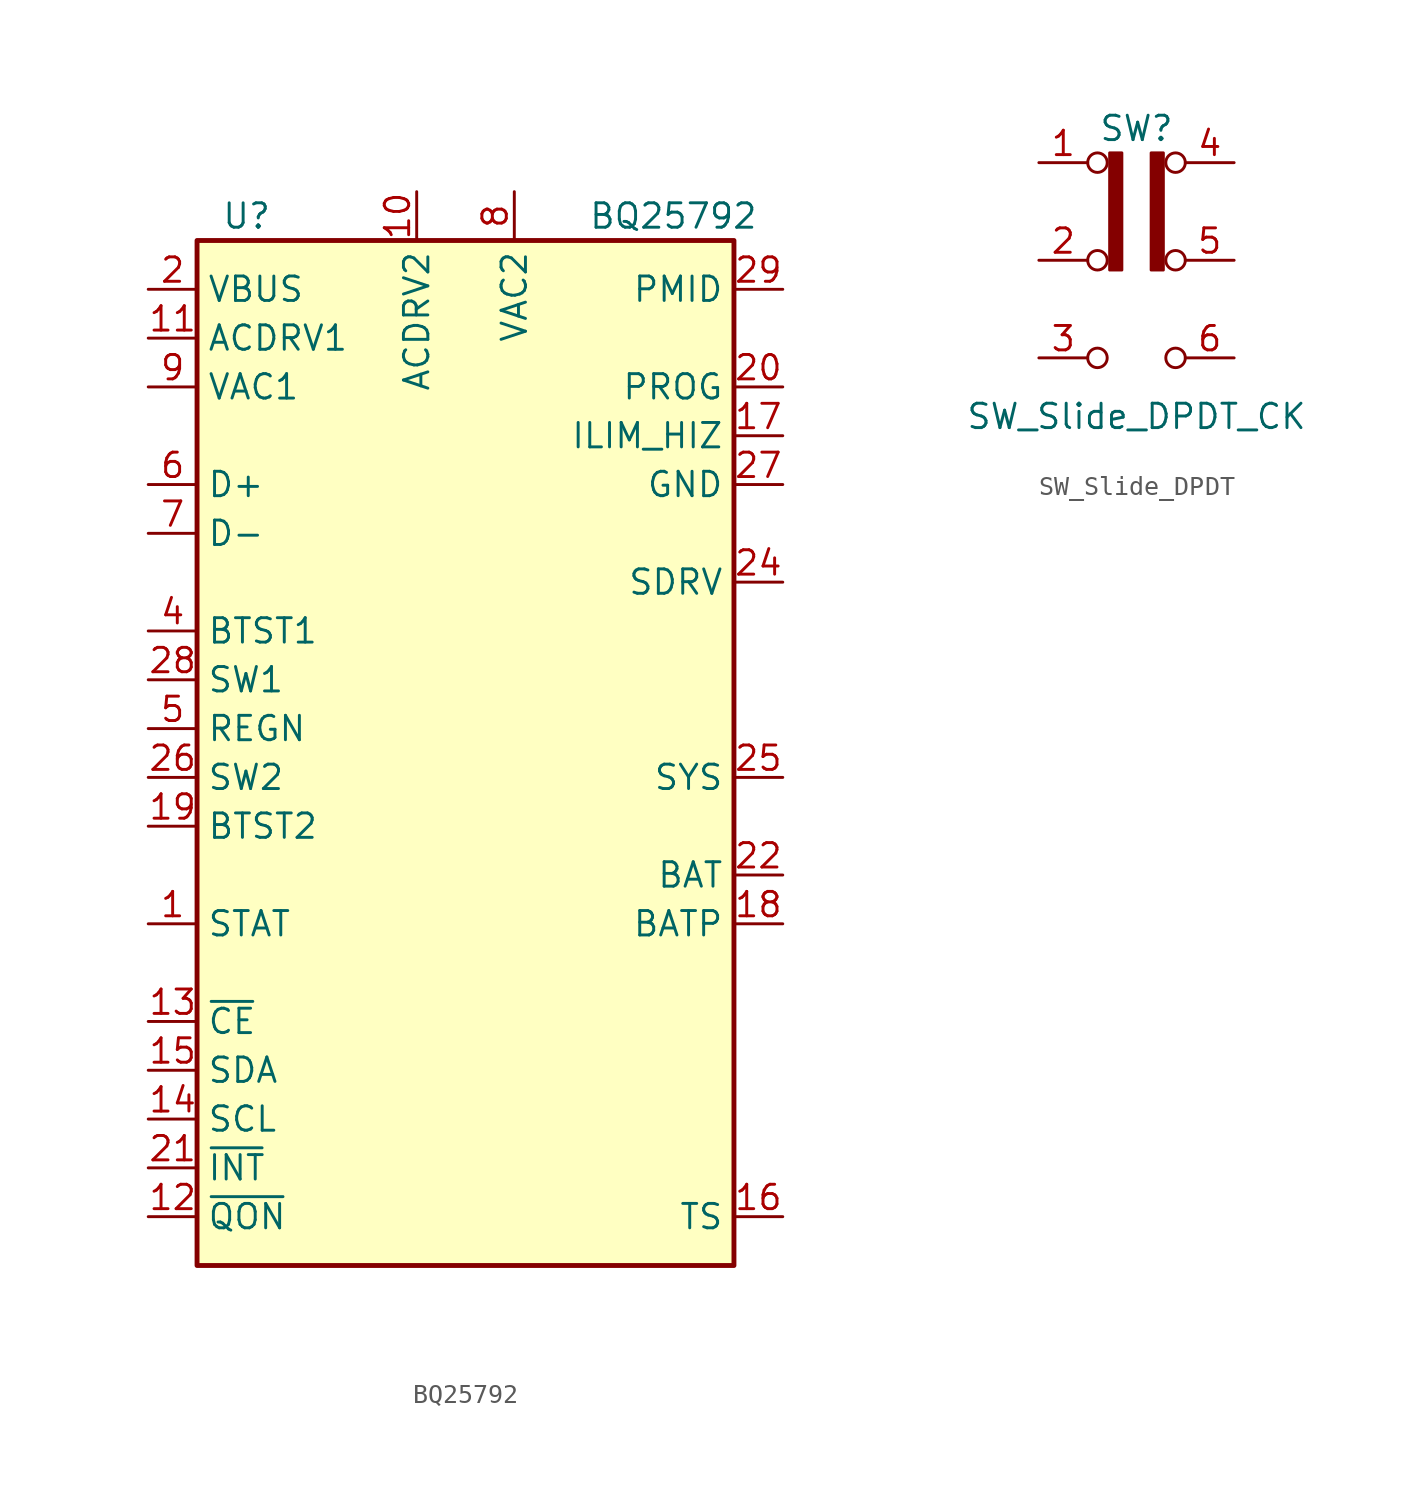
<source format=kicad_sym>
(kicad_symbol_lib
  (version 20241209)
  (generator "kicad_symbol_editor")
  (generator_version "9.0")
  (symbol "BQ25792"
    (property "Reference" "U"
      (at -12.7 26.67 0)
      (effects (font (size 1.27 1.27)) (justify left)))
    (property "Value" "BQ25792"
      (at 15.24 26.67 0)
      (effects (font (size 1.27 1.27)) (justify right)))
    (symbol "BQ25792_0_0"
      (pin power_in line (at -16.51 22.86 0) (length 2.54) (name "VBUS" (effects (font (size 1.27 1.27)))) (number "2" (effects (font (size 1.27 1.27)))))
      (pin input line (at -16.51 17.78 0) (length 2.54) (name "VAC1" (effects (font (size 1.27 1.27)))) (number "9" (effects (font (size 1.27 1.27)))))
      (pin bidirectional line (at -16.51 12.7 0) (length 2.54) (name "D+" (effects (font (size 1.27 1.27)))) (number "6" (effects (font (size 1.27 1.27)))))
      (pin bidirectional line (at -16.51 10.16 0) (length 2.54) (name "D-" (effects (font (size 1.27 1.27)))) (number "7" (effects (font (size 1.27 1.27)))))
      (pin passive line (at -16.51 5.08 0) (length 2.54) (name "BTST1" (effects (font (size 1.27 1.27)))) (number "4" (effects (font (size 1.27 1.27)))))
      (pin power_out line (at -16.51 2.54 0) (length 2.54) (name "SW1" (effects (font (size 1.27 1.27)))) (number "28" (effects (font (size 1.27 1.27)))))
      (pin power_out line (at -16.51 0 0) (length 2.54) (name "REGN" (effects (font (size 1.27 1.27)))) (number "5" (effects (font (size 1.27 1.27)))))
      (pin power_out line (at -16.51 -2.54 0) (length 2.54) (name "SW2" (effects (font (size 1.27 1.27)))) (number "26" (effects (font (size 1.27 1.27)))))
      (pin passive line (at -16.51 -5.08 0) (length 2.54) (name "BTST2" (effects (font (size 1.27 1.27)))) (number "19" (effects (font (size 1.27 1.27)))))
      (pin open_collector line (at -16.51 -10.16 0) (length 2.54) (name "STAT" (effects (font (size 1.27 1.27)))) (number "1" (effects (font (size 1.27 1.27)))))
      (pin open_collector line (at -16.51 -17.78 0) (length 2.54) (name "SDA" (effects (font (size 1.27 1.27)))) (number "15" (effects (font (size 1.27 1.27)))))
      (pin input line (at -16.51 -20.32 0) (length 2.54) (name "SCL" (effects (font (size 1.27 1.27)))) (number "14" (effects (font (size 1.27 1.27)))))
      (pin open_collector line (at -16.51 -22.86 0) (length 2.54) (name "~{INT}" (effects (font (size 1.27 1.27)))) (number "21" (effects (font (size 1.27 1.27)))))
      (pin open_collector line (at -16.51 -25.4 0) (length 2.54) (name "~{QON}" (effects (font (size 1.27 1.27)))) (number "12" (effects (font (size 1.27 1.27)))))
      (pin input line (at 2.54 27.94 270) (length 2.54) (name "VAC2" (effects (font (size 1.27 1.27)))) (number "8" (effects (font (size 1.27 1.27)))))
      (pin power_out line (at 16.51 22.86 180) (length 2.54) (name "PMID" (effects (font (size 1.27 1.27)))) (number "29" (effects (font (size 1.27 1.27)))))
      (pin passive line (at 16.51 17.78 180) (length 2.54) (name "PROG" (effects (font (size 1.27 1.27)))) (number "20" (effects (font (size 1.27 1.27)))))
      (pin passive line (at 16.51 15.24 180) (length 2.54) (name "ILIM_HIZ" (effects (font (size 1.27 1.27)))) (number "17" (effects (font (size 1.27 1.27)))))
      (pin power_in line (at 16.51 12.7 180) (length 2.54) (name "GND" (effects (font (size 1.27 1.27)))) (number "27" (effects (font (size 1.27 1.27)))))
      (pin output line (at 16.51 7.62 180) (length 2.54) (name "SDRV" (effects (font (size 1.27 1.27)))) (number "24" (effects (font (size 1.27 1.27)))))
      (pin power_out line (at 16.51 -2.54 180) (length 2.54) (name "SYS" (effects (font (size 1.27 1.27)))) (number "25" (effects (font (size 1.27 1.27)))))
      (pin power_out line (at 16.51 -7.62 180) (length 2.54) (name "BAT" (effects (font (size 1.27 1.27)))) (number "22" (effects (font (size 1.27 1.27)))))
      (pin input line (at 16.51 -10.16 180) (length 2.54) (name "BATP" (effects (font (size 1.27 1.27)))) (number "18" (effects (font (size 1.27 1.27)))))
      (pin input line (at 16.51 -25.4 180) (length 2.54) (name "TS" (effects (font (size 1.27 1.27)))) (number "16" (effects (font (size 1.27 1.27))))))
    (symbol "BQ25792_0_1"
      (rectangle (start -13.97 25.4) (end 13.97 -27.94) (stroke (width 0.254) (type default)) (fill (type background))))
    (symbol "BQ25792_1_0"
      (pin power_in line (at -16.51 22.86 0) (length 2.54) (hide yes) (name "VBUS" (effects (font (size 1.27 1.27)))) (number "3" (effects (font (size 1.27 1.27)))))
      (pin passive line (at -16.51 20.32 0) (length 2.54) (name "ACDRV1" (effects (font (size 1.27 1.27)))) (number "11" (effects (font (size 1.27 1.27)))))
      (pin input line (at -16.51 -15.24 0) (length 2.54) (name "~{CE}" (effects (font (size 1.27 1.27)))) (number "13" (effects (font (size 1.27 1.27)))))
      (pin passive line (at -2.54 27.94 270) (length 2.54) (name "ACDRV2" (effects (font (size 1.27 1.27)))) (number "10" (effects (font (size 1.27 1.27)))))
      (pin power_out line (at 16.51 -7.62 180) (length 2.54) (hide yes) (name "BAT" (effects (font (size 1.27 1.27)))) (number "23" (effects (font (size 1.27 1.27)))))))
  (symbol "SW_Slide_DPDT"
    (pin_names
      (offset 0)
      (hide yes))
    (property "Reference" "SW"
      (at 0 6.858 0)
      (effects (font (size 1.27 1.27))))
    (property "Value" "SW_Slide_DPDT_CK"
      (at 0 -8.128 0)
      (effects (font (size 1.27 1.27))))
    (symbol "SW_Slide_DPDT_0_0"
      (circle (center -2.032 5.08) (radius 0.508) (stroke (width 0) (type default)) (fill (type none)))
      (circle (center -2.032 -5.08) (radius 0.508) (stroke (width 0) (type default)) (fill (type none)))
      (circle (center 2.032 0) (radius 0.508) (stroke (width 0) (type default)) (fill (type none)))
      (circle (center 2.032 -5.08) (radius 0.508) (stroke (width 0) (type default)) (fill (type none))))
    (symbol "SW_Slide_DPDT_0_1"
      (circle (center -2.032 0) (radius 0.508) (stroke (width 0) (type default)) (fill (type none)))
      (circle (center 2.032 5.08) (radius 0.508) (stroke (width 0) (type default)) (fill (type none))))
    (symbol "SW_Slide_DPDT_1_1"
      (rectangle (start -1.397 5.588) (end -0.762 -0.508) (stroke (width 0) (type default)) (fill (type outline)))
      (rectangle (start 0.762 5.588) (end 1.397 -0.508) (stroke (width 0) (type default)) (fill (type outline)))
      (pin passive line (at -5.08 5.08 0) (length 2.54) (name "A" (effects (font (size 1.27 1.27)))) (number "1" (effects (font (size 1.27 1.27)))))
      (pin passive line (at -5.08 0 0) (length 2.54) (name "B" (effects (font (size 1.27 1.27)))) (number "2" (effects (font (size 1.27 1.27)))))
      (pin passive line (at -5.08 -5.08 0) (length 2.54) (name "C" (effects (font (size 1.27 1.27)))) (number "3" (effects (font (size 1.27 1.27)))))
      (pin passive line (at 5.08 5.08 180) (length 2.54) (name "A" (effects (font (size 1.27 1.27)))) (number "4" (effects (font (size 1.27 1.27)))))
      (pin passive line (at 5.08 0 180) (length 2.54) (name "B" (effects (font (size 1.27 1.27)))) (number "5" (effects (font (size 1.27 1.27)))))
      (pin passive line (at 5.08 -5.08 180) (length 2.54) (name "C" (effects (font (size 1.27 1.27)))) (number "6" (effects (font (size 1.27 1.27))))))))
</source>
